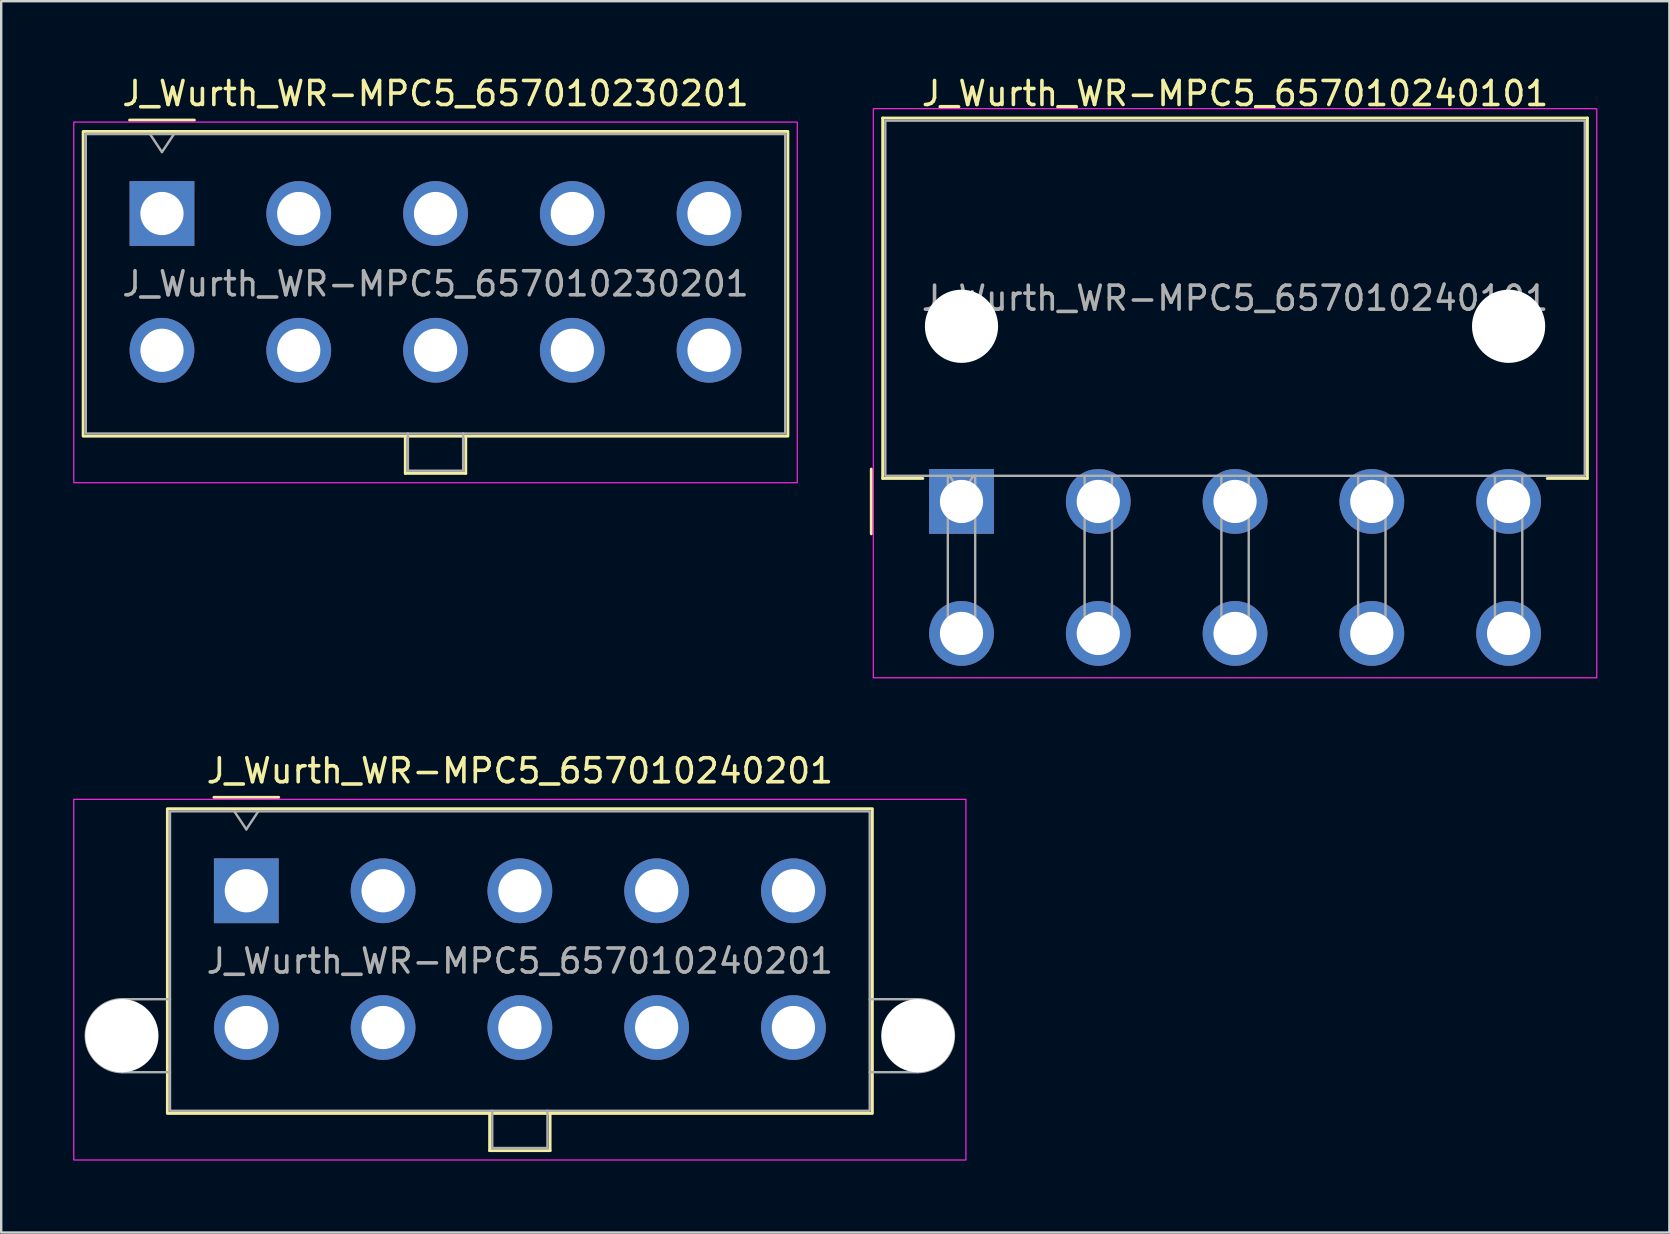
<source format=kicad_pcb>
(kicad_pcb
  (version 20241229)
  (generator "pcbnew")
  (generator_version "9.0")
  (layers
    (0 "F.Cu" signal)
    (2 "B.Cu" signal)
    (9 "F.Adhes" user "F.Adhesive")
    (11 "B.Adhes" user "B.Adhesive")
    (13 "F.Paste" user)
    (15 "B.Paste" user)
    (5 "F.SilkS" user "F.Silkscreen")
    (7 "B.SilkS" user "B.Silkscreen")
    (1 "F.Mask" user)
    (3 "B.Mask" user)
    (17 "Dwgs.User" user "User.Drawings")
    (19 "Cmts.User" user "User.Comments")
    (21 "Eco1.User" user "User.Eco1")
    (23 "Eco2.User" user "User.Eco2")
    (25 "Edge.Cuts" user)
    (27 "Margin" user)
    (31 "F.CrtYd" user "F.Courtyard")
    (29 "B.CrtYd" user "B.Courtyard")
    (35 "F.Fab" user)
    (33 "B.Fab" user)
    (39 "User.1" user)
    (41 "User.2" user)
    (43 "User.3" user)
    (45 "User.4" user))
  (footprint "J_Wurth_WR-MPC5_657010240201"
    (layer "F.Cu")
    (at 7.215 34.072)
    (property "Reference" "J_Wurth_WR-MPC5_657010240201" (at 11.4 -5 0) (unlocked yes) (layer "F.SilkS") (effects (font (size 1 1) (thickness 0.15))))
    (attr through_hole)
    (fp_line (start -1.35 -3.895) (end 1.35 -3.895) (stroke (width 0.12) (type solid)) (layer "F.SilkS"))
    (fp_line (start 10.14 9.28) (end 10.14 10.83) (stroke (width 0.12) (type solid)) (layer "F.SilkS"))
    (fp_line (start 12.66 9.28) (end 12.66 10.83) (stroke (width 0.12) (type solid)) (layer "F.SilkS"))
    (fp_line (start 12.66 10.83) (end 10.14 10.83) (stroke (width 0.12) (type solid)) (layer "F.SilkS"))
    (fp_rect (start -3.29 -3.42) (end 26.09 9.28) (stroke (width 0.12) (type solid)) (fill no) (layer "F.SilkS"))
    (fp_rect (start -7.19 -3.81) (end 29.99 11.22) (stroke (width 0.05) (type solid)) (fill no) (layer "F.CrtYd"))
    (fp_line (start -5.17 4.52) (end -3.18 4.52) (stroke (width 0.1) (type solid)) (layer "F.Fab"))
    (fp_line (start -5.17 7.56) (end -3.18 7.56) (stroke (width 0.1) (type solid)) (layer "F.Fab"))
    (fp_line (start 0 -2.56) (end -0.5 -3.31) (stroke (width 0.1) (type solid)) (layer "F.Fab"))
    (fp_line (start 0 -2.56) (end 0.5 -3.31) (stroke (width 0.1) (type solid)) (layer "F.Fab"))
    (fp_line (start 10.25 10.72) (end 10.25 9.17) (stroke (width 0.1) (type solid)) (layer "F.Fab"))
    (fp_line (start 12.55 9.17) (end 12.55 10.72) (stroke (width 0.1) (type solid)) (layer "F.Fab"))
    (fp_line (start 12.55 10.72) (end 10.25 10.72) (stroke (width 0.1) (type solid)) (layer "F.Fab"))
    (fp_line (start 27.97 4.52) (end 25.98 4.52) (stroke (width 0.1) (type solid)) (layer "F.Fab"))
    (fp_line (start 27.97 7.56) (end 25.98 7.56) (stroke (width 0.1) (type solid)) (layer "F.Fab"))
    (fp_rect (start -3.18 -3.31) (end 25.98 9.17) (stroke (width 0.1) (type solid)) (fill no) (layer "F.Fab"))
    (fp_arc (start -5.17 7.56) (mid -6.69 6.04) (end -5.17 4.52) (stroke (width 0.1) (type solid)) (layer "F.Fab"))
    (fp_arc (start 27.97 4.52) (mid 29.49 6.04) (end 27.97 7.56) (stroke (width 0.1) (type solid)) (layer "F.Fab"))
    (fp_text user "${REFERENCE}" (at 11.4 2.93 0) (unlocked yes) (layer "F.Fab") (effects (font (size 1 1) (thickness 0.15))))
    (pad "" np_thru_hole circle (at -5.185 6.04 180) (size 3.05 3.05) (drill 3.05) (layers "*.Cu" "*.Mask"))
    (pad "" np_thru_hole circle (at 27.985 6.04 180) (size 3.05 3.05) (drill 3.05) (layers "*.Cu" "*.Mask"))
    (pad "1" thru_hole rect (at 0 0 180) (size 2.7 2.7) (drill 1.8) (layers "*.Cu" "*.Mask"))
    (pad "2" thru_hole circle (at 5.7 0 180) (size 2.7 2.7) (drill 1.8) (layers "*.Cu" "*.Mask"))
    (pad "3" thru_hole circle (at 11.4 0 180) (size 2.7 2.7) (drill 1.8) (layers "*.Cu" "*.Mask"))
    (pad "4" thru_hole circle (at 17.1 0 180) (size 2.7 2.7) (drill 1.8) (layers "*.Cu" "*.Mask"))
    (pad "5" thru_hole circle (at 22.8 0 180) (size 2.7 2.7) (drill 1.8) (layers "*.Cu" "*.Mask"))
    (pad "6" thru_hole circle (at 0 5.7 180) (size 2.7 2.7) (drill 1.8) (layers "*.Cu" "*.Mask"))
    (pad "7" thru_hole circle (at 5.7 5.7 180) (size 2.7 2.7) (drill 1.8) (layers "*.Cu" "*.Mask"))
    (pad "8" thru_hole circle (at 11.4 5.7 180) (size 2.7 2.7) (drill 1.8) (layers "*.Cu" "*.Mask"))
    (pad "9" thru_hole circle (at 17.1 5.7 180) (size 2.7 2.7) (drill 1.8) (layers "*.Cu" "*.Mask"))
    (pad "10" thru_hole circle (at 22.8 5.7 180) (size 2.7 2.7) (drill 1.8) (layers "*.Cu" "*.Mask")))
  (footprint "J_Wurth_WR-MPC5_657010230201"
    (layer "F.Cu")
    (at 3.7 5.848)
    (property "Reference" "J_Wurth_WR-MPC5_657010230201" (at 11.4 -5 0) (unlocked yes) (layer "F.SilkS") (effects (font (size 1 1) (thickness 0.15))))
    (attr through_hole)
    (fp_line (start -1.35 -3.895) (end 1.35 -3.895) (stroke (width 0.12) (type solid)) (layer "F.SilkS"))
    (fp_line (start 10.14 9.28) (end 10.14 10.83) (stroke (width 0.12) (type solid)) (layer "F.SilkS"))
    (fp_line (start 10.14 10.83) (end 12.66 10.83) (stroke (width 0.12) (type solid)) (layer "F.SilkS"))
    (fp_line (start 12.66 9.28) (end 12.66 10.83) (stroke (width 0.12) (type solid)) (layer "F.SilkS"))
    (fp_rect (start -3.285 -3.42) (end 26.085 9.28) (stroke (width 0.12) (type solid)) (fill no) (layer "F.SilkS"))
    (fp_rect (start -3.675 -3.81) (end 26.475 11.22) (stroke (width 0.05) (type solid)) (fill no) (layer "F.CrtYd"))
    (fp_line (start 0 -2.56) (end -0.5 -3.31) (stroke (width 0.1) (type solid)) (layer "F.Fab"))
    (fp_line (start 0 -2.56) (end 0.5 -3.31) (stroke (width 0.1) (type solid)) (layer "F.Fab"))
    (fp_line (start 10.25 10.72) (end 10.25 9.17) (stroke (width 0.1) (type solid)) (layer "F.Fab"))
    (fp_line (start 12.55 9.17) (end 12.55 10.72) (stroke (width 0.1) (type solid)) (layer "F.Fab"))
    (fp_line (start 12.55 10.72) (end 10.25 10.72) (stroke (width 0.1) (type solid)) (layer "F.Fab"))
    (fp_rect (start -3.175 -3.31) (end 25.975 9.17) (stroke (width 0.1) (type solid)) (fill no) (layer "F.Fab"))
    (fp_text user "${REFERENCE}" (at 11.4 2.93 0) (unlocked yes) (layer "F.Fab") (effects (font (size 1 1) (thickness 0.15))))
    (pad "1" thru_hole rect (at 0 0 180) (size 2.7 2.7) (drill 1.8) (layers "*.Cu" "*.Mask"))
    (pad "2" thru_hole oval (at 5.7 0 180) (size 2.7 2.7) (drill 1.8) (layers "*.Cu" "*.Mask"))
    (pad "3" thru_hole oval (at 11.4 0 180) (size 2.7 2.7) (drill 1.8) (layers "*.Cu" "*.Mask"))
    (pad "4" thru_hole oval (at 17.1 0 180) (size 2.7 2.7) (drill 1.8) (layers "*.Cu" "*.Mask"))
    (pad "5" thru_hole oval (at 22.8 0 180) (size 2.7 2.7) (drill 1.8) (layers "*.Cu" "*.Mask"))
    (pad "6" thru_hole circle (at 0 5.7 180) (size 2.7 2.7) (drill 1.8) (layers "*.Cu" "*.Mask"))
    (pad "7" thru_hole circle (at 5.7 5.7 180) (size 2.7 2.7) (drill 1.8) (layers "*.Cu" "*.Mask"))
    (pad "8" thru_hole circle (at 11.4 5.7 180) (size 2.7 2.7) (drill 1.8) (layers "*.Cu" "*.Mask"))
    (pad "9" thru_hole circle (at 17.1 5.7 180) (size 2.7 2.7) (drill 1.8) (layers "*.Cu" "*.Mask"))
    (pad "10" thru_hole circle (at 22.8 5.7 180) (size 2.7 2.7) (drill 1.8) (layers "*.Cu" "*.Mask")))
  (footprint "J_Wurth_WR-MPC5_657010240101"
    (layer "F.Cu")
    (at 37.02 17.848)
    (property "Reference" "J_Wurth_WR-MPC5_657010240101" (at 11.4 -17 0) (unlocked yes) (layer "F.SilkS") (effects (font (size 1 1) (thickness 0.15))))
    (attr through_hole)
    (fp_line (start -3.76 -1.35) (end -3.76 1.35) (stroke (width 0.12) (type solid)) (layer "F.SilkS"))
    (fp_line (start -3.285 -15.98) (end -3.285 -0.96) (stroke (width 0.12) (type solid)) (layer "F.SilkS"))
    (fp_line (start -3.285 -15.98) (end 26.085 -15.98) (stroke (width 0.12) (type solid)) (layer "F.SilkS"))
    (fp_line (start -1.61 -0.96) (end -3.285 -0.96) (stroke (width 0.12) (type solid)) (layer "F.SilkS"))
    (fp_line (start 26.085 -15.98) (end 26.085 -0.96) (stroke (width 0.12) (type solid)) (layer "F.SilkS"))
    (fp_line (start 26.085 -0.96) (end 24.41 -0.96) (stroke (width 0.12) (type solid)) (layer "F.SilkS"))
    (fp_rect (start -3.675 -16.37) (end 26.475 7.35) (stroke (width 0.05) (type solid)) (fill no) (layer "F.CrtYd"))
    (fp_line (start -0.57 0.57) (end -0.57 -1.07) (stroke (width 0.1) (type solid)) (layer "F.Fab"))
    (fp_line (start -0.57 0.57) (end 0.57 0.57) (stroke (width 0.1) (type solid)) (layer "F.Fab"))
    (fp_line (start -0.57 6.07) (end -0.57 0.57) (stroke (width 0.1) (type solid)) (layer "F.Fab"))
    (fp_line (start 0 -0.32) (end -0.5 -1.07) (stroke (width 0.1) (type solid)) (layer "F.Fab"))
    (fp_line (start 0 -0.32) (end 0.5 -1.07) (stroke (width 0.1) (type solid)) (layer "F.Fab"))
    (fp_line (start 0.57 0.57) (end 0.57 -1.07) (stroke (width 0.1) (type solid)) (layer "F.Fab"))
    (fp_line (start 0.57 6.07) (end -0.57 6.07) (stroke (width 0.1) (type solid)) (layer "F.Fab"))
    (fp_line (start 0.57 6.07) (end 0.57 0.57) (stroke (width 0.1) (type solid)) (layer "F.Fab"))
    (fp_line (start 5.13 0.57) (end 5.13 -1.07) (stroke (width 0.1) (type solid)) (layer "F.Fab"))
    (fp_line (start 5.13 0.57) (end 6.27 0.57) (stroke (width 0.1) (type solid)) (layer "F.Fab"))
    (fp_line (start 5.13 6.07) (end 5.13 0.57) (stroke (width 0.1) (type solid)) (layer "F.Fab"))
    (fp_line (start 6.27 0.57) (end 6.27 -1.07) (stroke (width 0.1) (type solid)) (layer "F.Fab"))
    (fp_line (start 6.27 6.07) (end 5.13 6.07) (stroke (width 0.1) (type solid)) (layer "F.Fab"))
    (fp_line (start 6.27 6.07) (end 6.27 0.57) (stroke (width 0.1) (type solid)) (layer "F.Fab"))
    (fp_line (start 10.83 0.57) (end 10.83 -1.07) (stroke (width 0.1) (type solid)) (layer "F.Fab"))
    (fp_line (start 10.83 0.57) (end 11.97 0.57) (stroke (width 0.1) (type solid)) (layer "F.Fab"))
    (fp_line (start 10.83 6.07) (end 10.83 0.57) (stroke (width 0.1) (type solid)) (layer "F.Fab"))
    (fp_line (start 11.97 0.57) (end 11.97 -1.07) (stroke (width 0.1) (type solid)) (layer "F.Fab"))
    (fp_line (start 11.97 6.07) (end 10.83 6.07) (stroke (width 0.1) (type solid)) (layer "F.Fab"))
    (fp_line (start 11.97 6.07) (end 11.97 0.57) (stroke (width 0.1) (type solid)) (layer "F.Fab"))
    (fp_line (start 16.53 0.57) (end 16.53 -1.07) (stroke (width 0.1) (type solid)) (layer "F.Fab"))
    (fp_line (start 16.53 0.57) (end 17.67 0.57) (stroke (width 0.1) (type solid)) (layer "F.Fab"))
    (fp_line (start 16.53 6.07) (end 16.53 0.57) (stroke (width 0.1) (type solid)) (layer "F.Fab"))
    (fp_line (start 17.67 0.57) (end 17.67 -1.07) (stroke (width 0.1) (type solid)) (layer "F.Fab"))
    (fp_line (start 17.67 6.07) (end 16.53 6.07) (stroke (width 0.1) (type solid)) (layer "F.Fab"))
    (fp_line (start 17.67 6.07) (end 17.67 0.57) (stroke (width 0.1) (type solid)) (layer "F.Fab"))
    (fp_line (start 22.23 0.57) (end 22.23 -1.07) (stroke (width 0.1) (type solid)) (layer "F.Fab"))
    (fp_line (start 22.23 0.57) (end 23.37 0.57) (stroke (width 0.1) (type solid)) (layer "F.Fab"))
    (fp_line (start 22.23 6.07) (end 22.23 0.57) (stroke (width 0.1) (type solid)) (layer "F.Fab"))
    (fp_line (start 23.37 0.57) (end 23.37 -1.07) (stroke (width 0.1) (type solid)) (layer "F.Fab"))
    (fp_line (start 23.37 6.07) (end 22.23 6.07) (stroke (width 0.1) (type solid)) (layer "F.Fab"))
    (fp_line (start 23.37 6.07) (end 23.37 0.57) (stroke (width 0.1) (type solid)) (layer "F.Fab"))
    (fp_rect (start -3.175 -15.87) (end 25.975 -1.07) (stroke (width 0.1) (type solid)) (fill no) (layer "F.Fab"))
    (fp_text user "${REFERENCE}" (at 11.4 -8.47 0) (unlocked yes) (layer "F.Fab") (effects (font (size 1 1) (thickness 0.15))))
    (pad "" np_thru_hole circle (at 0 -7.3 180) (size 3.05 3.05) (drill 3.05) (layers "*.Cu" "*.Mask"))
    (pad "" np_thru_hole circle (at 22.8 -7.3 180) (size 3.05 3.05) (drill 3.05) (layers "*.Cu" "*.Mask"))
    (pad "1" thru_hole rect (at 0 0 180) (size 2.7 2.7) (drill 1.8) (layers "*.Cu" "*.Mask"))
    (pad "2" thru_hole circle (at 5.7 0 180) (size 2.7 2.7) (drill 1.8) (layers "*.Cu" "*.Mask"))
    (pad "3" thru_hole circle (at 11.4 0 180) (size 2.7 2.7) (drill 1.8) (layers "*.Cu" "*.Mask"))
    (pad "4" thru_hole circle (at 17.1 0 180) (size 2.7 2.7) (drill 1.8) (layers "*.Cu" "*.Mask"))
    (pad "5" thru_hole circle (at 22.8 0 180) (size 2.7 2.7) (drill 1.8) (layers "*.Cu" "*.Mask"))
    (pad "6" thru_hole circle (at 0 5.5 180) (size 2.7 2.7) (drill 1.8) (layers "*.Cu" "*.Mask"))
    (pad "7" thru_hole circle (at 5.7 5.5 180) (size 2.7 2.7) (drill 1.8) (layers "*.Cu" "*.Mask"))
    (pad "8" thru_hole circle (at 11.4 5.5 180) (size 2.7 2.7) (drill 1.8) (layers "*.Cu" "*.Mask"))
    (pad "9" thru_hole circle (at 17.1 5.5 180) (size 2.7 2.7) (drill 1.8) (layers "*.Cu" "*.Mask"))
    (pad "10" thru_hole circle (at 22.8 5.5 180) (size 2.7 2.7) (drill 1.8) (layers "*.Cu" "*.Mask")))
  (gr_rect
    (start -3 -3)
    (end 66.52 48.316)
    (stroke (width 0.1) (type default))
    (fill no)
    (layer "Edge.Cuts")))
</source>
